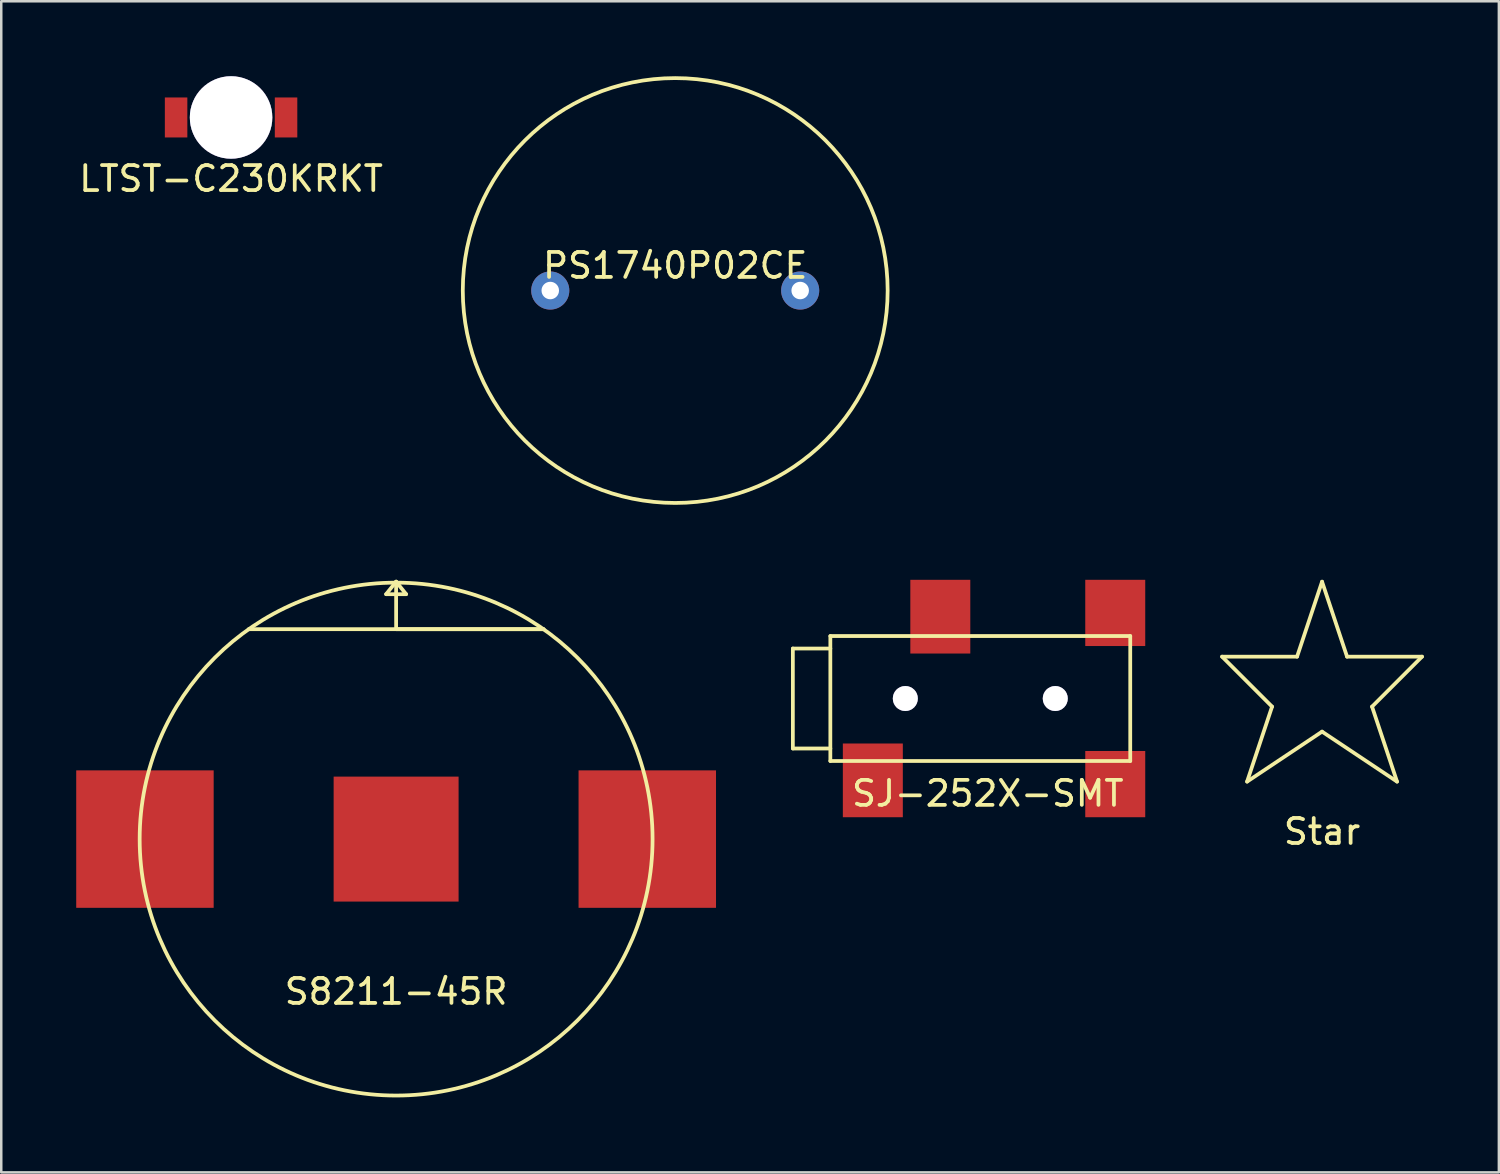
<source format=kicad_pcb>
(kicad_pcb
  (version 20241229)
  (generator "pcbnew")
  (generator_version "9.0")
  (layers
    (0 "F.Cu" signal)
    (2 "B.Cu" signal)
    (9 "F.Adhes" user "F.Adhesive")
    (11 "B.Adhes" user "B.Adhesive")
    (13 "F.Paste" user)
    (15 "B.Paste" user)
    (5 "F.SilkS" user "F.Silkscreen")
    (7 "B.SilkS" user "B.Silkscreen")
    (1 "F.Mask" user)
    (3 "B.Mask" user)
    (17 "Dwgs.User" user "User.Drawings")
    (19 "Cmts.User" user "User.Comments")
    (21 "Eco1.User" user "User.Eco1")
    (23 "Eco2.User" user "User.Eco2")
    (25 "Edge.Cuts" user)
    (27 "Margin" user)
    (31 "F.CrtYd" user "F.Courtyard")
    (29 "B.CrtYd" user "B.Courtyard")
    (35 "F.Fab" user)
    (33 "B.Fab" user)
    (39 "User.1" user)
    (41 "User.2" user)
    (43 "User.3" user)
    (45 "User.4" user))
  (footprint "SJ-252X-SMT"
    (layer "F.Cu")
    (at 30.175 24.9)
    (property "Reference" "SJ-252X-SMT" (at 6.3 3.8 0) (layer "F.SilkS") (effects (font (size 1 1) (thickness 0.15))))
    (attr through_hole)
    (fp_line (start -1.5 -2) (end -1.5 2) (stroke (width 0.15) (type solid)) (layer "F.SilkS"))
    (fp_line (start -1.5 2) (end 0 2) (stroke (width 0.15) (type solid)) (layer "F.SilkS"))
    (fp_line (start 0 -2.5) (end 0 2.5) (stroke (width 0.15) (type solid)) (layer "F.SilkS"))
    (fp_line (start 0 -2) (end -1.5 -2) (stroke (width 0.15) (type solid)) (layer "F.SilkS"))
    (fp_line (start 0 2.5) (end 12 2.5) (stroke (width 0.15) (type solid)) (layer "F.SilkS"))
    (fp_line (start 12 -2.5) (end 0 -2.5) (stroke (width 0.15) (type solid)) (layer "F.SilkS"))
    (fp_line (start 12 2.5) (end 12 -2.5) (stroke (width 0.15) (type solid)) (layer "F.SilkS"))
    (pad "" thru_hole circle (at 3 0) (size 1 1) (drill 1) (layers "*.Cu" "*.Mask"))
    (pad "" thru_hole circle (at 9 0) (size 1 1) (drill 1) (layers "*.Cu" "*.Mask"))
    (pad "1" smd rect (at 1.7 3.275) (size 2.4 2.95) (layers "F.Cu" "F.Mask" "F.Paste"))
    (pad "2" smd rect (at 11.4 3.425) (size 2.4 2.65) (layers "F.Cu" "F.Mask" "F.Paste"))
    (pad "3" smd rect (at 4.4 -3.275) (size 2.4 2.95) (layers "F.Cu" "F.Mask" "F.Paste"))
    (pad "4" smd rect (at 11.4 -3.425) (size 2.4 2.65) (layers "F.Cu" "F.Mask" "F.Paste")))
  (footprint "Star"
    (layer "F.Cu")
    (at 49.85 24.225)
    (property "Reference" "Star" (at 0 6 0) (layer "F.SilkS") (effects (font (size 1 1) (thickness 0.15))))
    (attr through_hole)
    (fp_line (start -4 -1) (end -1 -1) (stroke (width 0.15) (type solid)) (layer "F.SilkS"))
    (fp_line (start -3 4) (end -2 1) (stroke (width 0.15) (type solid)) (layer "F.SilkS"))
    (fp_line (start -2 1) (end -4 -1) (stroke (width 0.15) (type solid)) (layer "F.SilkS"))
    (fp_line (start -1 -1) (end 0 -4) (stroke (width 0.15) (type solid)) (layer "F.SilkS"))
    (fp_line (start 0 -4) (end 1 -1) (stroke (width 0.15) (type solid)) (layer "F.SilkS"))
    (fp_line (start 0 2) (end -3 4) (stroke (width 0.15) (type solid)) (layer "F.SilkS"))
    (fp_line (start 1 -1) (end 4 -1) (stroke (width 0.15) (type solid)) (layer "F.SilkS"))
    (fp_line (start 2 1) (end 3 4) (stroke (width 0.15) (type solid)) (layer "F.SilkS"))
    (fp_line (start 3 4) (end 0 2) (stroke (width 0.15) (type solid)) (layer "F.SilkS"))
    (fp_line (start 4 -1) (end 2 1) (stroke (width 0.15) (type solid)) (layer "F.SilkS")))
  (footprint "S8211-45R"
    (layer "F.Cu")
    (at 12.8 30.525)
    (property "Reference" "S8211-45R" (at 0 6.1 0) (layer "F.SilkS") (effects (font (size 1 1) (thickness 0.15))))
    (attr through_hole)
    (fp_line (start -0.4 -9.8) (end 0.3 -9.8) (stroke (width 0.15) (type solid)) (layer "F.SilkS"))
    (fp_line (start 0 -10.3) (end -0.4 -9.8) (stroke (width 0.15) (type solid)) (layer "F.SilkS"))
    (fp_line (start 0 -8.4) (end 0 -10.3) (stroke (width 0.15) (type solid)) (layer "F.SilkS"))
    (fp_line (start 0 -8.4) (end 5.9 -8.4) (stroke (width 0.15) (type solid)) (layer "F.SilkS"))
    (fp_line (start 0.3 -9.8) (end 0.4 -9.8) (stroke (width 0.15) (type solid)) (layer "F.SilkS"))
    (fp_line (start 0.4 -9.8) (end 0 -10.3) (stroke (width 0.15) (type solid)) (layer "F.SilkS"))
    (fp_line (start 5.9 -8.4) (end -5.9 -8.4) (stroke (width 0.15) (type solid)) (layer "F.SilkS"))
    (fp_circle (center 0 0) (end 9.9 2.7) (stroke (width 0.15) (type solid)) (fill no) (layer "F.SilkS"))
    (pad "1" smd rect (at -10.05 0) (size 5.5 5.5) (layers "F.Cu" "F.Mask" "F.Paste"))
    (pad "1" smd rect (at 10.05 0) (size 5.5 5.5) (layers "F.Cu" "F.Mask" "F.Paste"))
    (pad "2" smd rect (at 0 0) (size 5 5) (layers "F.Cu" "F.Mask" "F.Paste")))
  (footprint "LTST-C230KRKT"
    (layer "F.Cu")
    (at 6.196 1.65)
    (property "Reference" "LTST-C230KRKT" (at 0 2.45 0) (layer "F.SilkS") (effects (font (size 1 1) (thickness 0.15))))
    (attr through_hole)
    (pad "" thru_hole circle (at 0 0) (size 3.3 3.3) (drill 3.3) (layers "*.Cu" "*.Mask"))
    (pad "1" smd rect (at -2.2 0) (size 0.9 1.6) (layers "F.Cu" "F.Mask" "F.Paste"))
    (pad "2" smd rect (at 2.2 0) (size 0.9 1.6) (layers "F.Cu" "F.Mask" "F.Paste")))
  (footprint "PS1740P02CE"
    (layer "F.Cu")
    (at 23.968 8.575)
    (property "Reference" "PS1740P02CE" (at 0 -1 0) (layer "F.SilkS") (effects (font (size 1 1) (thickness 0.15))))
    (attr through_hole)
    (fp_circle (center 0 0) (end 8.5 0) (stroke (width 0.15) (type solid)) (fill no) (layer "F.SilkS"))
    (pad "1" thru_hole circle (at -5 0) (size 1.524 1.524) (drill 0.7) (layers "*.Cu" "*.Mask"))
    (pad "2" thru_hole circle (at 5 0) (size 1.524 1.524) (drill 0.7) (layers "*.Cu" "*.Mask")))
  (gr_rect
    (start -3 -3)
    (end 56.925 43.862)
    (stroke (width 0.1) (type default))
    (fill no)
    (layer "Edge.Cuts")))
</source>
